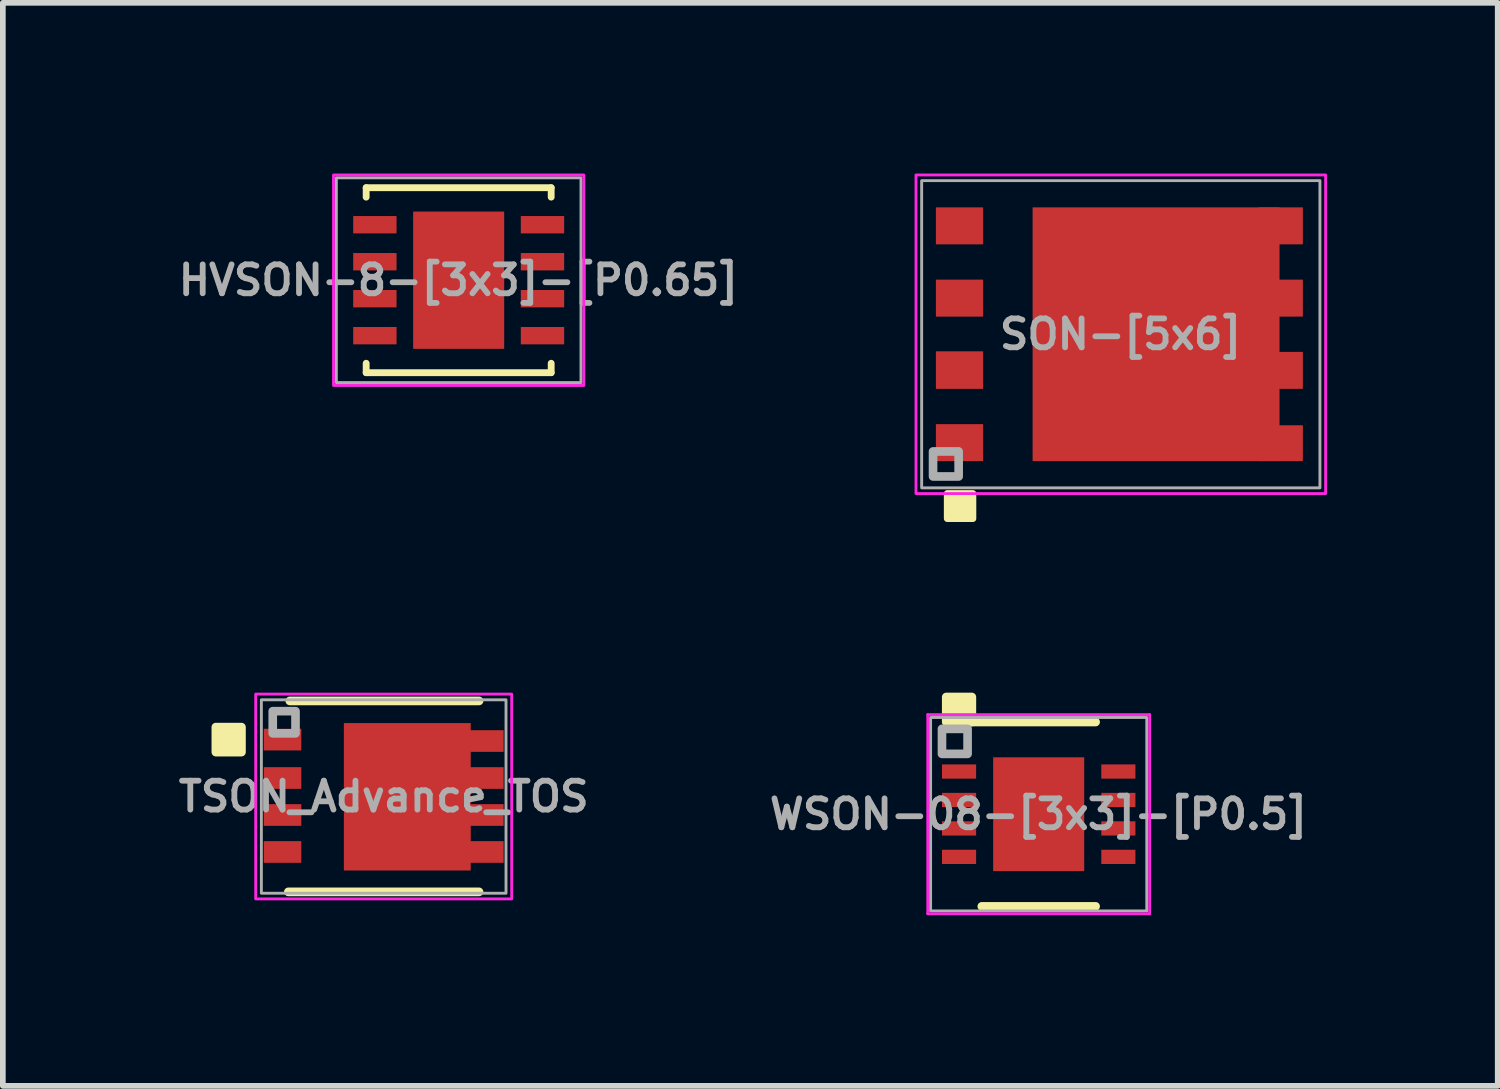
<source format=kicad_pcb>
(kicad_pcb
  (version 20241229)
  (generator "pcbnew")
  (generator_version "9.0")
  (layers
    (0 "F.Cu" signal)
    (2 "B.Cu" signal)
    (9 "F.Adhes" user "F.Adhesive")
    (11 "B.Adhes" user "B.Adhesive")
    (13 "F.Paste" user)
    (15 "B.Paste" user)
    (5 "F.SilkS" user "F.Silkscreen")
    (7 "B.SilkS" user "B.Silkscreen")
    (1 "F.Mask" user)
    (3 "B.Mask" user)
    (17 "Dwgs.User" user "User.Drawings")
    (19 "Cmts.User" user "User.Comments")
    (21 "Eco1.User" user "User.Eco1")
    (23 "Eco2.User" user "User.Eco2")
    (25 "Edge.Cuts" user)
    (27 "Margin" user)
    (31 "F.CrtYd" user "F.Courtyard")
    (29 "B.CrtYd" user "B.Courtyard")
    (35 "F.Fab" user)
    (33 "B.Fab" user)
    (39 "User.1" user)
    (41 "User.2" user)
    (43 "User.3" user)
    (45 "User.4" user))
  (footprint "WSON-08-[3x3]-[P0.5]"
    (layer "F.Cu")
    (at 15.207 11.261)
    (property "Reference" "WSON-08-[3x3]-[P0.5]" (at 0 0 0) (layer "F.Fab") (effects (font (size 0.508 0.508) (thickness 0.102))))
    (attr smd)
    (fp_line (start -1.175 -1.62) (end 1 -1.62) (stroke (width 0.152) (type solid)) (layer "F.SilkS"))
    (fp_line (start 1 1.62) (end -1 1.62) (stroke (width 0.152) (type solid)) (layer "F.SilkS"))
    (fp_rect (start -1.625 -1.62) (end -1.175 -2.06) (stroke (width 0.152) (type solid)) (fill yes) (layer "F.SilkS"))
    (fp_line (start -1.95 -1.75) (end -1.95 1.75) (stroke (width 0.05) (type solid)) (layer "F.CrtYd"))
    (fp_line (start -1.95 -1.75) (end 1.95 -1.75) (stroke (width 0.05) (type solid)) (layer "F.CrtYd"))
    (fp_line (start -1.95 1.75) (end 1.95 1.75) (stroke (width 0.05) (type solid)) (layer "F.CrtYd"))
    (fp_line (start 1.95 -1.75) (end 1.95 1.75) (stroke (width 0.05) (type solid)) (layer "F.CrtYd"))
    (fp_rect (start -1.9 -1.7) (end 1.9 1.7) (stroke (width 0.051) (type solid)) (fill no) (layer "F.Fab"))
    (fp_rect (start -1.7 -1.06) (end -1.25 -1.5) (stroke (width 0.152) (type solid)) (fill no) (layer "F.Fab"))
    (pad "" smd rect (at -0.45 -0.55) (size 0.6 0.8) (layers "F.Paste"))
    (pad "" smd rect (at -0.45 0.55) (size 0.6 0.8) (layers "F.Paste"))
    (pad "" smd rect (at 0.45 -0.55) (size 0.6 0.8) (layers "F.Paste"))
    (pad "" smd rect (at 0.45 0.55) (size 0.6 0.8) (layers "F.Paste"))
    (pad "1" smd rect (at -1.4 -0.75) (size 0.6 0.25) (layers "F.Cu" "F.Mask" "F.Paste"))
    (pad "2" smd rect (at -1.4 -0.25) (size 0.6 0.25) (layers "F.Cu" "F.Mask" "F.Paste"))
    (pad "3" smd rect (at -1.4 0.25) (size 0.6 0.25) (layers "F.Cu" "F.Mask" "F.Paste"))
    (pad "4" smd rect (at -1.4 0.75) (size 0.6 0.25) (layers "F.Cu" "F.Mask" "F.Paste"))
    (pad "5" smd rect (at 1.4 0.75) (size 0.6 0.25) (layers "F.Cu" "F.Mask" "F.Paste"))
    (pad "6" smd rect (at 1.4 0.25) (size 0.6 0.25) (layers "F.Cu" "F.Mask" "F.Paste"))
    (pad "7" smd rect (at 1.4 -0.25) (size 0.6 0.25) (layers "F.Cu" "F.Mask" "F.Paste"))
    (pad "8" smd rect (at 1.4 -0.75) (size 0.6 0.25) (layers "F.Cu" "F.Mask" "F.Paste"))
    (pad "9" smd rect (at 0 0) (size 1.6 2) (layers "F.Cu" "F.Mask")))
  (footprint "TSON_Advance_TOS"
    (layer "F.Cu")
    (at 3.694 10.95)
    (property "Reference" "TSON_Advance_TOS" (at 0 0 0) (layer "F.Fab") (effects (font (size 0.508 0.508) (thickness 0.102))))
    (attr through_hole)
    (fp_poly (pts (xy 1.448 1.245) (xy -0.66 1.245) (xy -0.66 -1.245) (xy 1.448 -1.245)) (stroke (width 0.1) (type solid)) (fill yes) (layer "F.Mask"))
    (fp_line (start -1.676 1.676) (end 1.676 1.676) (stroke (width 0.152) (type solid)) (layer "F.SilkS"))
    (fp_line (start 1.676 -1.68) (end -1.65 -1.68) (stroke (width 0.152) (type solid)) (layer "F.SilkS"))
    (fp_rect (start -2.95 -0.78) (end -2.5 -1.22) (stroke (width 0.152) (type solid)) (fill yes) (layer "F.SilkS"))
    (fp_rect (start -2.25 -1.8) (end 2.25 1.8) (stroke (width 0.05) (type solid)) (fill no) (layer "F.CrtYd"))
    (fp_rect (start -2.15 -1.7) (end 2.15 1.7) (stroke (width 0.051) (type solid)) (fill no) (layer "F.Fab"))
    (fp_rect (start -1.95 -1.11) (end -1.55 -1.5) (stroke (width 0.152) (type solid)) (fill no) (layer "F.Fab"))
    (pad "1" smd rect (at -1.778 -1 90) (size 0.381 0.66) (layers "F.Cu" "F.Mask" "F.Paste"))
    (pad "2" smd rect (at -1.778 -0.325 90) (size 0.381 0.66) (layers "F.Cu" "F.Mask" "F.Paste"))
    (pad "3" smd rect (at -1.778 0.325 90) (size 0.381 0.66) (layers "F.Cu" "F.Mask" "F.Paste"))
    (pad "4" smd rect (at -1.778 0.975 90) (size 0.381 0.66) (layers "F.Cu" "F.Mask" "F.Paste"))
    (pad "5" smd rect (at 1.778 0.975 90) (size 0.381 0.66) (layers "F.Cu" "F.Mask" "F.Paste"))
    (pad "6" smd rect (at 1.778 0.325 90) (size 0.381 0.66) (layers "F.Cu" "F.Mask" "F.Paste"))
    (pad "7" smd rect (at 1.778 -0.325 90) (size 0.381 0.66) (layers "F.Cu" "F.Mask" "F.Paste"))
    (pad "8" smd rect (at 0.415 0.005 90) (size 2.591 2.23) (layers "F.Cu" "F.Mask" "F.Paste"))
    (pad "8" smd rect (at 1.778 -0.975 90) (size 0.381 0.66) (layers "F.Cu" "F.Mask" "F.Paste")))
  (footprint "HVSON-8-[3x3]-[P0.65]"
    (layer "F.Cu")
    (at 5.012 1.875)
    (property "Reference" "HVSON-8-[3x3]-[P0.65]" (at 0 0 0) (layer "F.Fab") (effects (font (size 0.508 0.508) (thickness 0.102))))
    (attr smd)
    (fp_line (start -1.626 -1.626) (end -1.626 -1.46) (stroke (width 0.12) (type solid)) (layer "F.SilkS"))
    (fp_line (start -1.626 1.46) (end -1.626 1.626) (stroke (width 0.12) (type solid)) (layer "F.SilkS"))
    (fp_line (start -1.626 1.626) (end 1.626 1.626) (stroke (width 0.12) (type solid)) (layer "F.SilkS"))
    (fp_line (start 1.626 -1.626) (end -1.626 -1.626) (stroke (width 0.12) (type solid)) (layer "F.SilkS"))
    (fp_line (start 1.626 -1.46) (end 1.626 -1.626) (stroke (width 0.12) (type solid)) (layer "F.SilkS"))
    (fp_line (start 1.626 1.626) (end 1.626 1.46) (stroke (width 0.12) (type solid)) (layer "F.SilkS"))
    (fp_rect (start 2.2 -1.85) (end -2.2 1.85) (stroke (width 0.05) (type solid)) (fill no) (layer "F.CrtYd"))
    (fp_rect (start -2.15 -1.8) (end 2.15 1.8) (stroke (width 0.051) (type solid)) (fill no) (layer "F.Fab"))
    (pad "1" smd rect (at -1.473 -0.975) (size 0.762 0.305) (layers "F.Cu" "F.Mask" "F.Paste"))
    (pad "2" smd rect (at -1.473 -0.325) (size 0.762 0.305) (layers "F.Cu" "F.Mask" "F.Paste"))
    (pad "3" smd rect (at -1.473 0.325) (size 0.762 0.305) (layers "F.Cu" "F.Mask" "F.Paste"))
    (pad "4" smd rect (at -1.473 0.975) (size 0.762 0.305) (layers "F.Cu" "F.Mask" "F.Paste"))
    (pad "5" smd rect (at 1.473 0.975) (size 0.762 0.305) (layers "F.Cu" "F.Mask" "F.Paste"))
    (pad "6" smd rect (at 1.473 0.325) (size 0.762 0.305) (layers "F.Cu" "F.Mask" "F.Paste"))
    (pad "7" smd rect (at 1.473 -0.325) (size 0.762 0.305) (layers "F.Cu" "F.Mask" "F.Paste"))
    (pad "8" smd rect (at 1.473 -0.975) (size 0.762 0.305) (layers "F.Cu" "F.Mask" "F.Paste"))
    (pad "9" smd rect (at 0 0) (size 1.6 2.413) (layers "F.Cu" "F.Mask" "F.Paste")))
  (footprint "SON-[5x6]"
    (layer "F.Cu")
    (at 16.65 2.825)
    (property "Reference" "SON-[5x6]" (at 0 0 0) (layer "F.Fab") (effects (font (size 0.508 0.508) (thickness 0.102))))
    (attr smd)
    (fp_poly (pts (xy -3.32 -2.3) (xy -3.32 -1.51) (xy -2.35 -1.51) (xy -2.35 -2.3)) (stroke (width 0.1) (type solid)) (fill yes) (layer "F.Mask"))
    (fp_poly (pts (xy -3.32 -1.03) (xy -3.32 -0.24) (xy -2.35 -0.24) (xy -2.35 -1.03)) (stroke (width 0.1) (type solid)) (fill yes) (layer "F.Mask"))
    (fp_poly (pts (xy -3.32 0.24) (xy -3.32 1.03) (xy -2.35 1.03) (xy -2.35 0.24)) (stroke (width 0.1) (type solid)) (fill yes) (layer "F.Mask"))
    (fp_poly (pts (xy -3.32 1.51) (xy -3.32 2.3) (xy -2.35 2.3) (xy -2.35 1.51)) (stroke (width 0.1) (type solid)) (fill yes) (layer "F.Mask"))
    (fp_poly (pts (xy 2.35 -2.3) (xy 2.35 -1.51) (xy 3.27 -1.51) (xy 3.27 -2.3)) (stroke (width 0.1) (type solid)) (fill yes) (layer "F.Mask"))
    (fp_poly (pts (xy 2.35 -1.03) (xy 2.35 -0.24) (xy 3.27 -0.24) (xy 3.27 -1.03)) (stroke (width 0.1) (type solid)) (fill yes) (layer "F.Mask"))
    (fp_poly (pts (xy 2.35 0.24) (xy 2.35 1.03) (xy 3.27 1.03) (xy 3.27 0.24)) (stroke (width 0.1) (type solid)) (fill yes) (layer "F.Mask"))
    (fp_poly (pts (xy 2.35 1.51) (xy 2.35 2.3) (xy 3.27 2.3) (xy 3.27 1.51)) (stroke (width 0.1) (type solid)) (fill yes) (layer "F.Mask"))
    (fp_poly (pts (xy 2.745 -2.3) (xy -1.625 -2.3) (xy -1.625 0) (xy 2.745 0)) (stroke (width 0.1) (type solid)) (fill yes) (layer "F.Mask"))
    (fp_poly (pts (xy 2.745 2.3) (xy -1.625 2.3) (xy -1.625 0) (xy 2.745 0)) (stroke (width 0.1) (type solid)) (fill yes) (layer "F.Mask"))
    (fp_rect (start -3.05 3.24) (end -2.6 2.8) (stroke (width 0.12) (type solid)) (fill yes) (layer "F.SilkS"))
    (fp_poly (pts (xy -0.18 -0.31) (xy -1.415 -0.31) (xy -1.415 -1.88) (xy -0.18 -1.88)) (stroke (width 0.1) (type solid)) (fill yes) (layer "F.Paste"))
    (fp_poly (pts (xy -0.18 0.31) (xy -1.415 0.31) (xy -1.415 1.88) (xy -0.18 1.88)) (stroke (width 0.1) (type solid)) (fill yes) (layer "F.Paste"))
    (fp_poly (pts (xy 0.32 -0.31) (xy 1.905 -0.31) (xy 1.905 -1.88) (xy 0.32 -1.88)) (stroke (width 0.1) (type solid)) (fill yes) (layer "F.Paste"))
    (fp_poly (pts (xy 0.32 0.31) (xy 1.905 0.31) (xy 1.905 1.88) (xy 0.32 1.88)) (stroke (width 0.1) (type solid)) (fill yes) (layer "F.Paste"))
    (fp_rect (start -3.6 2.8) (end 3.6 -2.8) (stroke (width 0.05) (type solid)) (fill no) (layer "F.CrtYd"))
    (fp_rect (start -3.5 -2.7) (end 3.5 2.7) (stroke (width 0.051) (type solid)) (fill no) (layer "F.Fab"))
    (fp_rect (start -3.3 2.5) (end -2.85 2.06) (stroke (width 0.152) (type solid)) (fill no) (layer "F.Fab"))
    (pad "1" smd rect (at -2.835 -1.905) (size 0.83 0.65) (layers "F.Cu" "F.Mask" "F.Paste"))
    (pad "2" smd rect (at -2.835 -0.635) (size 0.83 0.65) (layers "F.Cu" "F.Mask" "F.Paste"))
    (pad "3" smd rect (at -2.835 0.63) (size 0.83 0.66) (layers "F.Cu" "F.Mask" "F.Paste"))
    (pad "4" smd rect (at -2.835 1.905) (size 0.83 0.65) (layers "F.Cu" "F.Mask" "F.Paste"))
    (pad "5" smd rect (at 2.81 1.915) (size 0.78 0.63) (layers "F.Cu" "F.Mask" "F.Paste"))
    (pad "6" smd rect (at 2.81 0.635) (size 0.78 0.65) (layers "F.Cu" "F.Mask" "F.Paste"))
    (pad "7" smd rect (at 2.81 -0.635) (size 0.78 0.65) (layers "F.Cu" "F.Mask" "F.Paste"))
    (pad "8" smd rect (at 0.62 0) (size 4.34 4.46) (layers "F.Cu" "F.Mask" "F.Paste"))
    (pad "8" smd rect (at 2.81 -1.905) (size 0.78 0.65) (layers "F.Cu" "F.Mask" "F.Paste")))
  (gr_rect
    (start -3 -3)
    (end 23.275 16.036)
    (stroke (width 0.1) (type default))
    (fill no)
    (layer "Edge.Cuts")))
</source>
